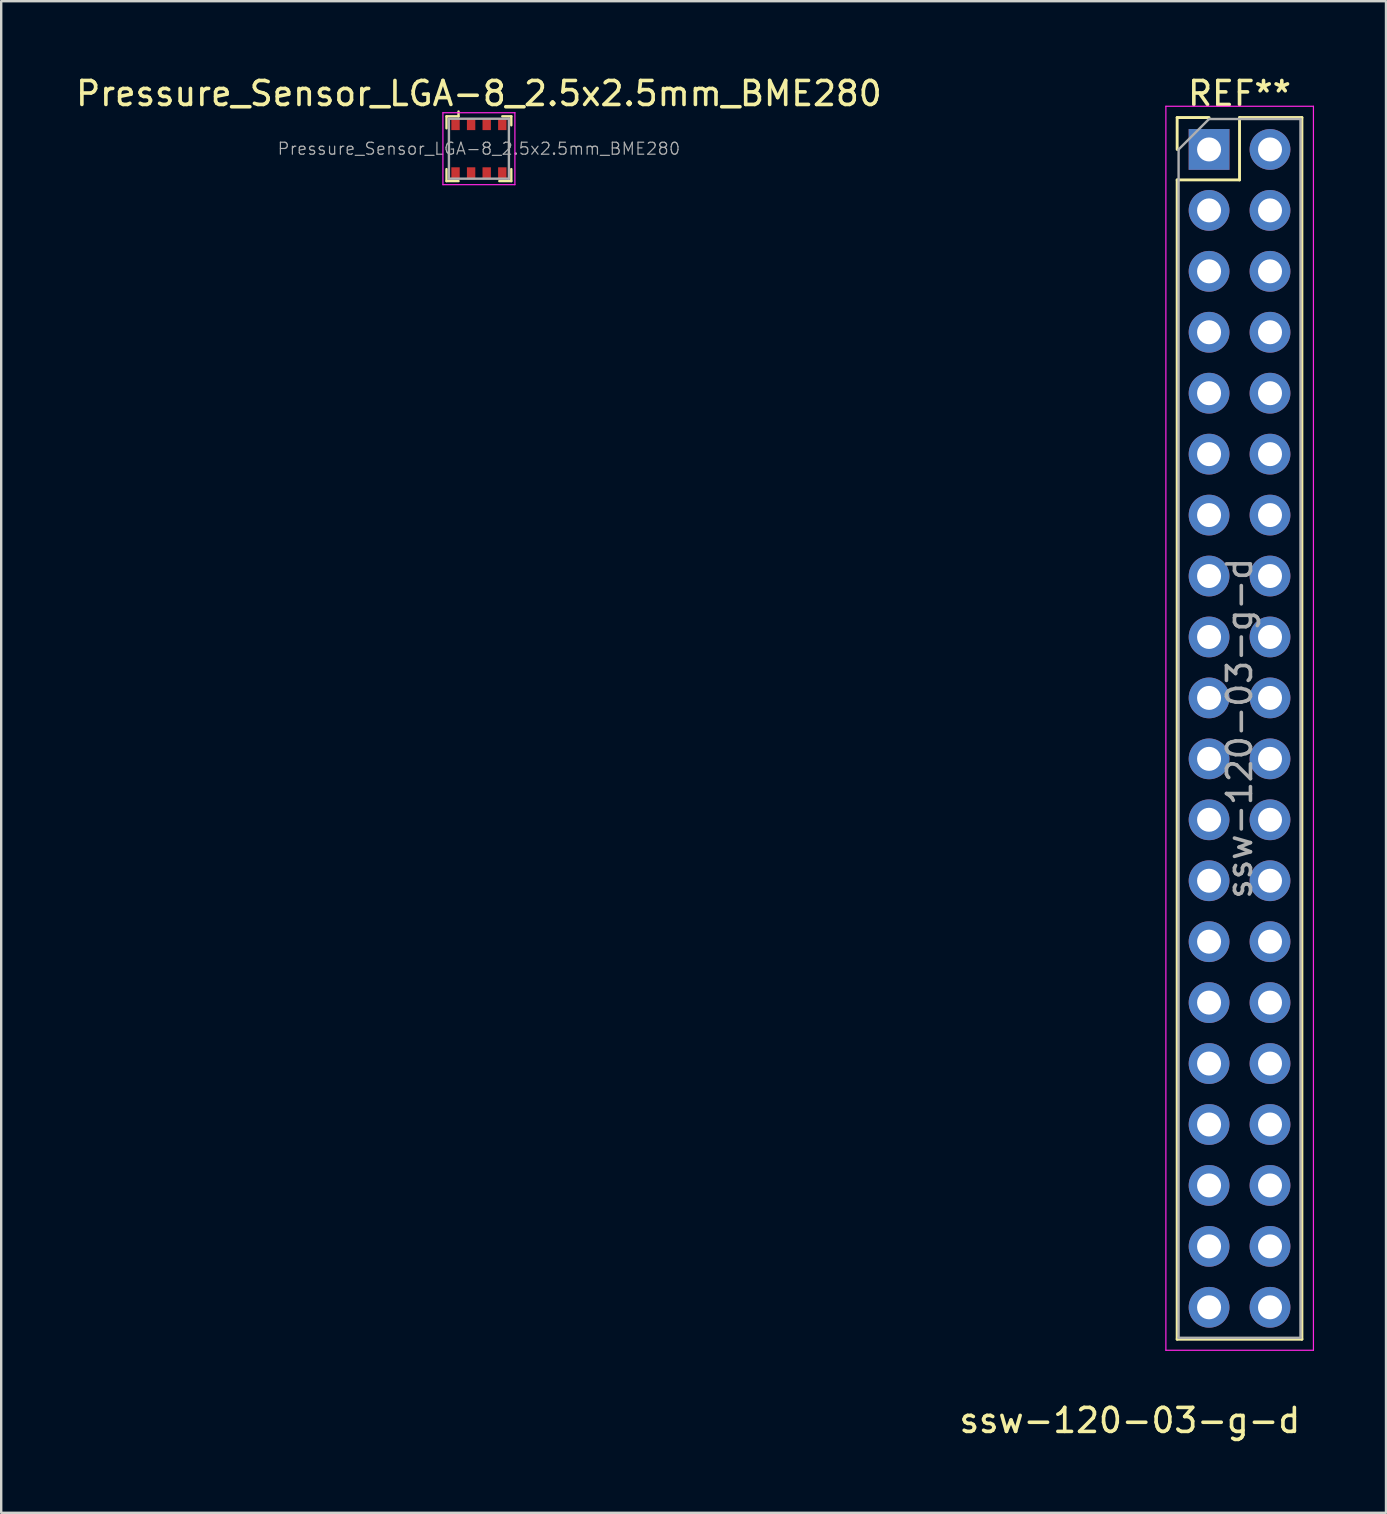
<source format=kicad_pcb>
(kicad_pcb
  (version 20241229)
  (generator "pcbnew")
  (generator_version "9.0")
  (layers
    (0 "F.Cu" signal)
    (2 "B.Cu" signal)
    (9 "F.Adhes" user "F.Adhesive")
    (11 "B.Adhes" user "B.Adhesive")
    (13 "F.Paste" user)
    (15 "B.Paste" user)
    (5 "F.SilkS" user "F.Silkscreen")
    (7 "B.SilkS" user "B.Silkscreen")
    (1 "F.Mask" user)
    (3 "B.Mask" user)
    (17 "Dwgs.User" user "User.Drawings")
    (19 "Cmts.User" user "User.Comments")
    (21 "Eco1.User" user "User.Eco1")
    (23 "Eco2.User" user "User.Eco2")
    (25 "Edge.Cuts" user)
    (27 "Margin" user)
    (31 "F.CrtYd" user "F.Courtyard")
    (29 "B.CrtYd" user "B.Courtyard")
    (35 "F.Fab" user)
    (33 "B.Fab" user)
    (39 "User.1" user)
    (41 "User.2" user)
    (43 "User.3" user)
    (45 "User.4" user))
  (footprint "Pressure_Sensor_LGA-8_2.5x2.5mm_BME280"
    (layer "F.Cu")
    (at 16.911 3.148)
    (property "Reference" "Pressure_Sensor_LGA-8_2.5x2.5mm_BME280" (at 0 -2.3 0) (layer "F.SilkS") (effects (font (size 1 1) (thickness 0.15))))
    (attr smd)
    (fp_line (start -1.35 -1.35) (end -1.35 -0.85) (stroke (width 0.1) (type solid)) (layer "F.SilkS"))
    (fp_line (start -1.35 -1.35) (end -0.85 -1.35) (stroke (width 0.1) (type solid)) (layer "F.SilkS"))
    (fp_line (start -1.35 1.35) (end -1.35 0.85) (stroke (width 0.1) (type solid)) (layer "F.SilkS"))
    (fp_line (start -1.35 1.35) (end -0.85 1.35) (stroke (width 0.1) (type solid)) (layer "F.SilkS"))
    (fp_line (start -0.85 -1.35) (end -0.85 -1.55) (stroke (width 0.1) (type solid)) (layer "F.SilkS"))
    (fp_line (start 1.35 -1.35) (end 0.975 -1.35) (stroke (width 0.1) (type solid)) (layer "F.SilkS"))
    (fp_line (start 1.35 -1.35) (end 1.35 -0.975) (stroke (width 0.1) (type solid)) (layer "F.SilkS"))
    (fp_line (start 1.35 1.35) (end 0.85 1.35) (stroke (width 0.1) (type solid)) (layer "F.SilkS"))
    (fp_line (start 1.35 1.35) (end 1.35 0.85) (stroke (width 0.1) (type solid)) (layer "F.SilkS"))
    (fp_line (start -1.5 -1.5) (end -1.5 1.5) (stroke (width 0.05) (type solid)) (layer "F.CrtYd"))
    (fp_line (start 1.5 -1.5) (end -1.5 -1.5) (stroke (width 0.05) (type solid)) (layer "F.CrtYd"))
    (fp_line (start 1.5 -1.5) (end 1.5 1.5) (stroke (width 0.05) (type solid)) (layer "F.CrtYd"))
    (fp_line (start 1.5 1.5) (end -1.5 1.5) (stroke (width 0.05) (type solid)) (layer "F.CrtYd"))
    (fp_line (start -1.25 -1.25) (end 1.25 -1.25) (stroke (width 0.1) (type solid)) (layer "F.Fab"))
    (fp_line (start -1.25 1.25) (end -1.25 -1.25) (stroke (width 0.1) (type solid)) (layer "F.Fab"))
    (fp_line (start 1.25 -1.25) (end 1.25 1.25) (stroke (width 0.1) (type solid)) (layer "F.Fab"))
    (fp_line (start 1.25 1.25) (end -1.25 1.25) (stroke (width 0.1) (type solid)) (layer "F.Fab"))
    (fp_text user "${REFERENCE}" (at 0 0 0) (layer "F.Fab") (effects (font (size 0.5 0.5) (thickness 0.05))))
    (pad "1" smd rect (at -0.975 -1.025) (size 0.35 0.5) (layers "F.Cu" "F.Mask" "F.Paste"))
    (pad "2" smd rect (at -0.325 -1.025) (size 0.35 0.5) (layers "F.Cu" "F.Mask" "F.Paste"))
    (pad "3" smd rect (at 0.325 -1.025) (size 0.35 0.5) (layers "F.Cu" "F.Mask" "F.Paste"))
    (pad "4" smd rect (at 0.975 -1.025) (size 0.35 0.5) (layers "F.Cu" "F.Mask" "F.Paste"))
    (pad "5" smd rect (at 0.975 1.025) (size 0.35 0.5) (layers "F.Cu" "F.Mask" "F.Paste"))
    (pad "6" smd rect (at 0.325 1.025) (size 0.35 0.5) (layers "F.Cu" "F.Mask" "F.Paste"))
    (pad "7" smd rect (at -0.325 1.025) (size 0.35 0.5) (layers "F.Cu" "F.Mask" "F.Paste"))
    (pad "8" smd rect (at -0.975 1.025) (size 0.35 0.5) (layers "F.Cu" "F.Mask" "F.Paste")))
  (footprint "ssw-120-03-g-d"
    (layer "F.Cu")
    (at 44.042 55.655)
    (property "Reference" "ssw-120-03-g-d" (at 0 0.5 0) (layer "F.SilkS") (effects (font (size 1 1) (thickness 0.15))))
    (attr through_hole)
    (fp_line (start 1.972 -53.806) (end 3.302 -53.806) (stroke (width 0.12) (type solid)) (layer "F.SilkS"))
    (fp_line (start 1.972 -52.476) (end 1.972 -53.806) (stroke (width 0.12) (type solid)) (layer "F.SilkS"))
    (fp_line (start 1.972 -51.206) (end 1.972 -2.886) (stroke (width 0.12) (type solid)) (layer "F.SilkS"))
    (fp_line (start 1.972 -51.206) (end 4.572 -51.206) (stroke (width 0.12) (type solid)) (layer "F.SilkS"))
    (fp_line (start 1.972 -2.886) (end 7.172 -2.886) (stroke (width 0.12) (type solid)) (layer "F.SilkS"))
    (fp_line (start 4.572 -53.806) (end 7.172 -53.806) (stroke (width 0.12) (type solid)) (layer "F.SilkS"))
    (fp_line (start 4.572 -51.206) (end 4.572 -53.806) (stroke (width 0.12) (type solid)) (layer "F.SilkS"))
    (fp_line (start 7.172 -53.806) (end 7.172 -2.886) (stroke (width 0.12) (type solid)) (layer "F.SilkS"))
    (fp_line (start 1.502 -54.276) (end 1.502 -2.426) (stroke (width 0.05) (type solid)) (layer "F.CrtYd"))
    (fp_line (start 1.502 -2.426) (end 7.652 -2.426) (stroke (width 0.05) (type solid)) (layer "F.CrtYd"))
    (fp_line (start 7.652 -54.276) (end 1.502 -54.276) (stroke (width 0.05) (type solid)) (layer "F.CrtYd"))
    (fp_line (start 7.652 -2.426) (end 7.652 -54.276) (stroke (width 0.05) (type solid)) (layer "F.CrtYd"))
    (fp_line (start 2.032 -52.476) (end 3.302 -53.746) (stroke (width 0.1) (type solid)) (layer "F.Fab"))
    (fp_line (start 2.032 -2.946) (end 2.032 -52.476) (stroke (width 0.1) (type solid)) (layer "F.Fab"))
    (fp_line (start 3.302 -53.746) (end 7.112 -53.746) (stroke (width 0.1) (type solid)) (layer "F.Fab"))
    (fp_line (start 7.112 -53.746) (end 7.112 -2.946) (stroke (width 0.1) (type solid)) (layer "F.Fab"))
    (fp_line (start 7.112 -2.946) (end 2.032 -2.946) (stroke (width 0.1) (type solid)) (layer "F.Fab"))
    (fp_text user "REF**" (at 4.572 -54.806 0) (layer "F.SilkS") (effects (font (size 1 1) (thickness 0.15))))
    (fp_text user "${REFERENCE}" (at 4.572 -28.346 90) (layer "F.Fab") (effects (font (size 1 1) (thickness 0.15))))
    (pad "1" thru_hole oval (at 5.842 -4.216) (size 1.7 1.7) (drill 1) (layers "*.Cu" "*.Mask"))
    (pad "2" thru_hole oval (at 3.302 -4.216) (size 1.7 1.7) (drill 1) (layers "*.Cu" "*.Mask"))
    (pad "3" thru_hole oval (at 5.842 -6.756) (size 1.7 1.7) (drill 1) (layers "*.Cu" "*.Mask"))
    (pad "4" thru_hole oval (at 3.302 -6.756) (size 1.7 1.7) (drill 1) (layers "*.Cu" "*.Mask"))
    (pad "5" thru_hole oval (at 5.842 -9.296) (size 1.7 1.7) (drill 1) (layers "*.Cu" "*.Mask"))
    (pad "6" thru_hole oval (at 3.302 -9.296) (size 1.7 1.7) (drill 1) (layers "*.Cu" "*.Mask"))
    (pad "7" thru_hole oval (at 5.842 -11.836) (size 1.7 1.7) (drill 1) (layers "*.Cu" "*.Mask"))
    (pad "8" thru_hole oval (at 3.302 -11.836) (size 1.7 1.7) (drill 1) (layers "*.Cu" "*.Mask"))
    (pad "9" thru_hole oval (at 5.842 -14.376) (size 1.7 1.7) (drill 1) (layers "*.Cu" "*.Mask"))
    (pad "10" thru_hole oval (at 3.302 -14.376) (size 1.7 1.7) (drill 1) (layers "*.Cu" "*.Mask"))
    (pad "11" thru_hole oval (at 5.842 -16.916) (size 1.7 1.7) (drill 1) (layers "*.Cu" "*.Mask"))
    (pad "12" thru_hole oval (at 3.302 -16.916) (size 1.7 1.7) (drill 1) (layers "*.Cu" "*.Mask"))
    (pad "13" thru_hole oval (at 5.842 -19.456) (size 1.7 1.7) (drill 1) (layers "*.Cu" "*.Mask"))
    (pad "14" thru_hole oval (at 3.302 -19.456) (size 1.7 1.7) (drill 1) (layers "*.Cu" "*.Mask"))
    (pad "15" thru_hole oval (at 5.842 -21.996) (size 1.7 1.7) (drill 1) (layers "*.Cu" "*.Mask"))
    (pad "16" thru_hole oval (at 3.302 -21.996) (size 1.7 1.7) (drill 1) (layers "*.Cu" "*.Mask"))
    (pad "17" thru_hole oval (at 5.842 -24.536) (size 1.7 1.7) (drill 1) (layers "*.Cu" "*.Mask"))
    (pad "18" thru_hole oval (at 3.302 -24.536) (size 1.7 1.7) (drill 1) (layers "*.Cu" "*.Mask"))
    (pad "19" thru_hole oval (at 5.842 -27.076) (size 1.7 1.7) (drill 1) (layers "*.Cu" "*.Mask"))
    (pad "20" thru_hole oval (at 3.302 -27.076) (size 1.7 1.7) (drill 1) (layers "*.Cu" "*.Mask"))
    (pad "21" thru_hole oval (at 5.842 -29.616) (size 1.7 1.7) (drill 1) (layers "*.Cu" "*.Mask"))
    (pad "22" thru_hole oval (at 3.302 -29.616) (size 1.7 1.7) (drill 1) (layers "*.Cu" "*.Mask"))
    (pad "23" thru_hole oval (at 5.842 -32.156) (size 1.7 1.7) (drill 1) (layers "*.Cu" "*.Mask"))
    (pad "24" thru_hole oval (at 3.302 -32.156) (size 1.7 1.7) (drill 1) (layers "*.Cu" "*.Mask"))
    (pad "25" thru_hole oval (at 5.842 -34.696) (size 1.7 1.7) (drill 1) (layers "*.Cu" "*.Mask"))
    (pad "26" thru_hole oval (at 3.302 -34.696) (size 1.7 1.7) (drill 1) (layers "*.Cu" "*.Mask"))
    (pad "27" thru_hole oval (at 5.842 -37.236) (size 1.7 1.7) (drill 1) (layers "*.Cu" "*.Mask"))
    (pad "28" thru_hole oval (at 3.302 -37.236) (size 1.7 1.7) (drill 1) (layers "*.Cu" "*.Mask"))
    (pad "29" thru_hole oval (at 5.842 -39.776) (size 1.7 1.7) (drill 1) (layers "*.Cu" "*.Mask"))
    (pad "30" thru_hole oval (at 3.302 -39.776) (size 1.7 1.7) (drill 1) (layers "*.Cu" "*.Mask"))
    (pad "31" thru_hole oval (at 5.842 -42.316) (size 1.7 1.7) (drill 1) (layers "*.Cu" "*.Mask"))
    (pad "32" thru_hole oval (at 3.302 -42.316) (size 1.7 1.7) (drill 1) (layers "*.Cu" "*.Mask"))
    (pad "33" thru_hole oval (at 5.842 -44.856) (size 1.7 1.7) (drill 1) (layers "*.Cu" "*.Mask"))
    (pad "34" thru_hole oval (at 3.302 -44.856) (size 1.7 1.7) (drill 1) (layers "*.Cu" "*.Mask"))
    (pad "35" thru_hole oval (at 5.842 -47.396) (size 1.7 1.7) (drill 1) (layers "*.Cu" "*.Mask"))
    (pad "36" thru_hole oval (at 3.302 -47.396) (size 1.7 1.7) (drill 1) (layers "*.Cu" "*.Mask"))
    (pad "37" thru_hole oval (at 5.842 -49.936) (size 1.7 1.7) (drill 1) (layers "*.Cu" "*.Mask"))
    (pad "38" thru_hole oval (at 3.302 -49.936) (size 1.7 1.7) (drill 1) (layers "*.Cu" "*.Mask"))
    (pad "39" thru_hole oval (at 5.842 -52.476) (size 1.7 1.7) (drill 1) (layers "*.Cu" "*.Mask"))
    (pad "40" thru_hole rect (at 3.302 -52.476) (size 1.7 1.7) (drill 1) (layers "*.Cu" "*.Mask")))
  (gr_rect
    (start -3 -3)
    (end 54.719 60.003)
    (stroke (width 0.1) (type default))
    (fill no)
    (layer "Edge.Cuts")))
</source>
